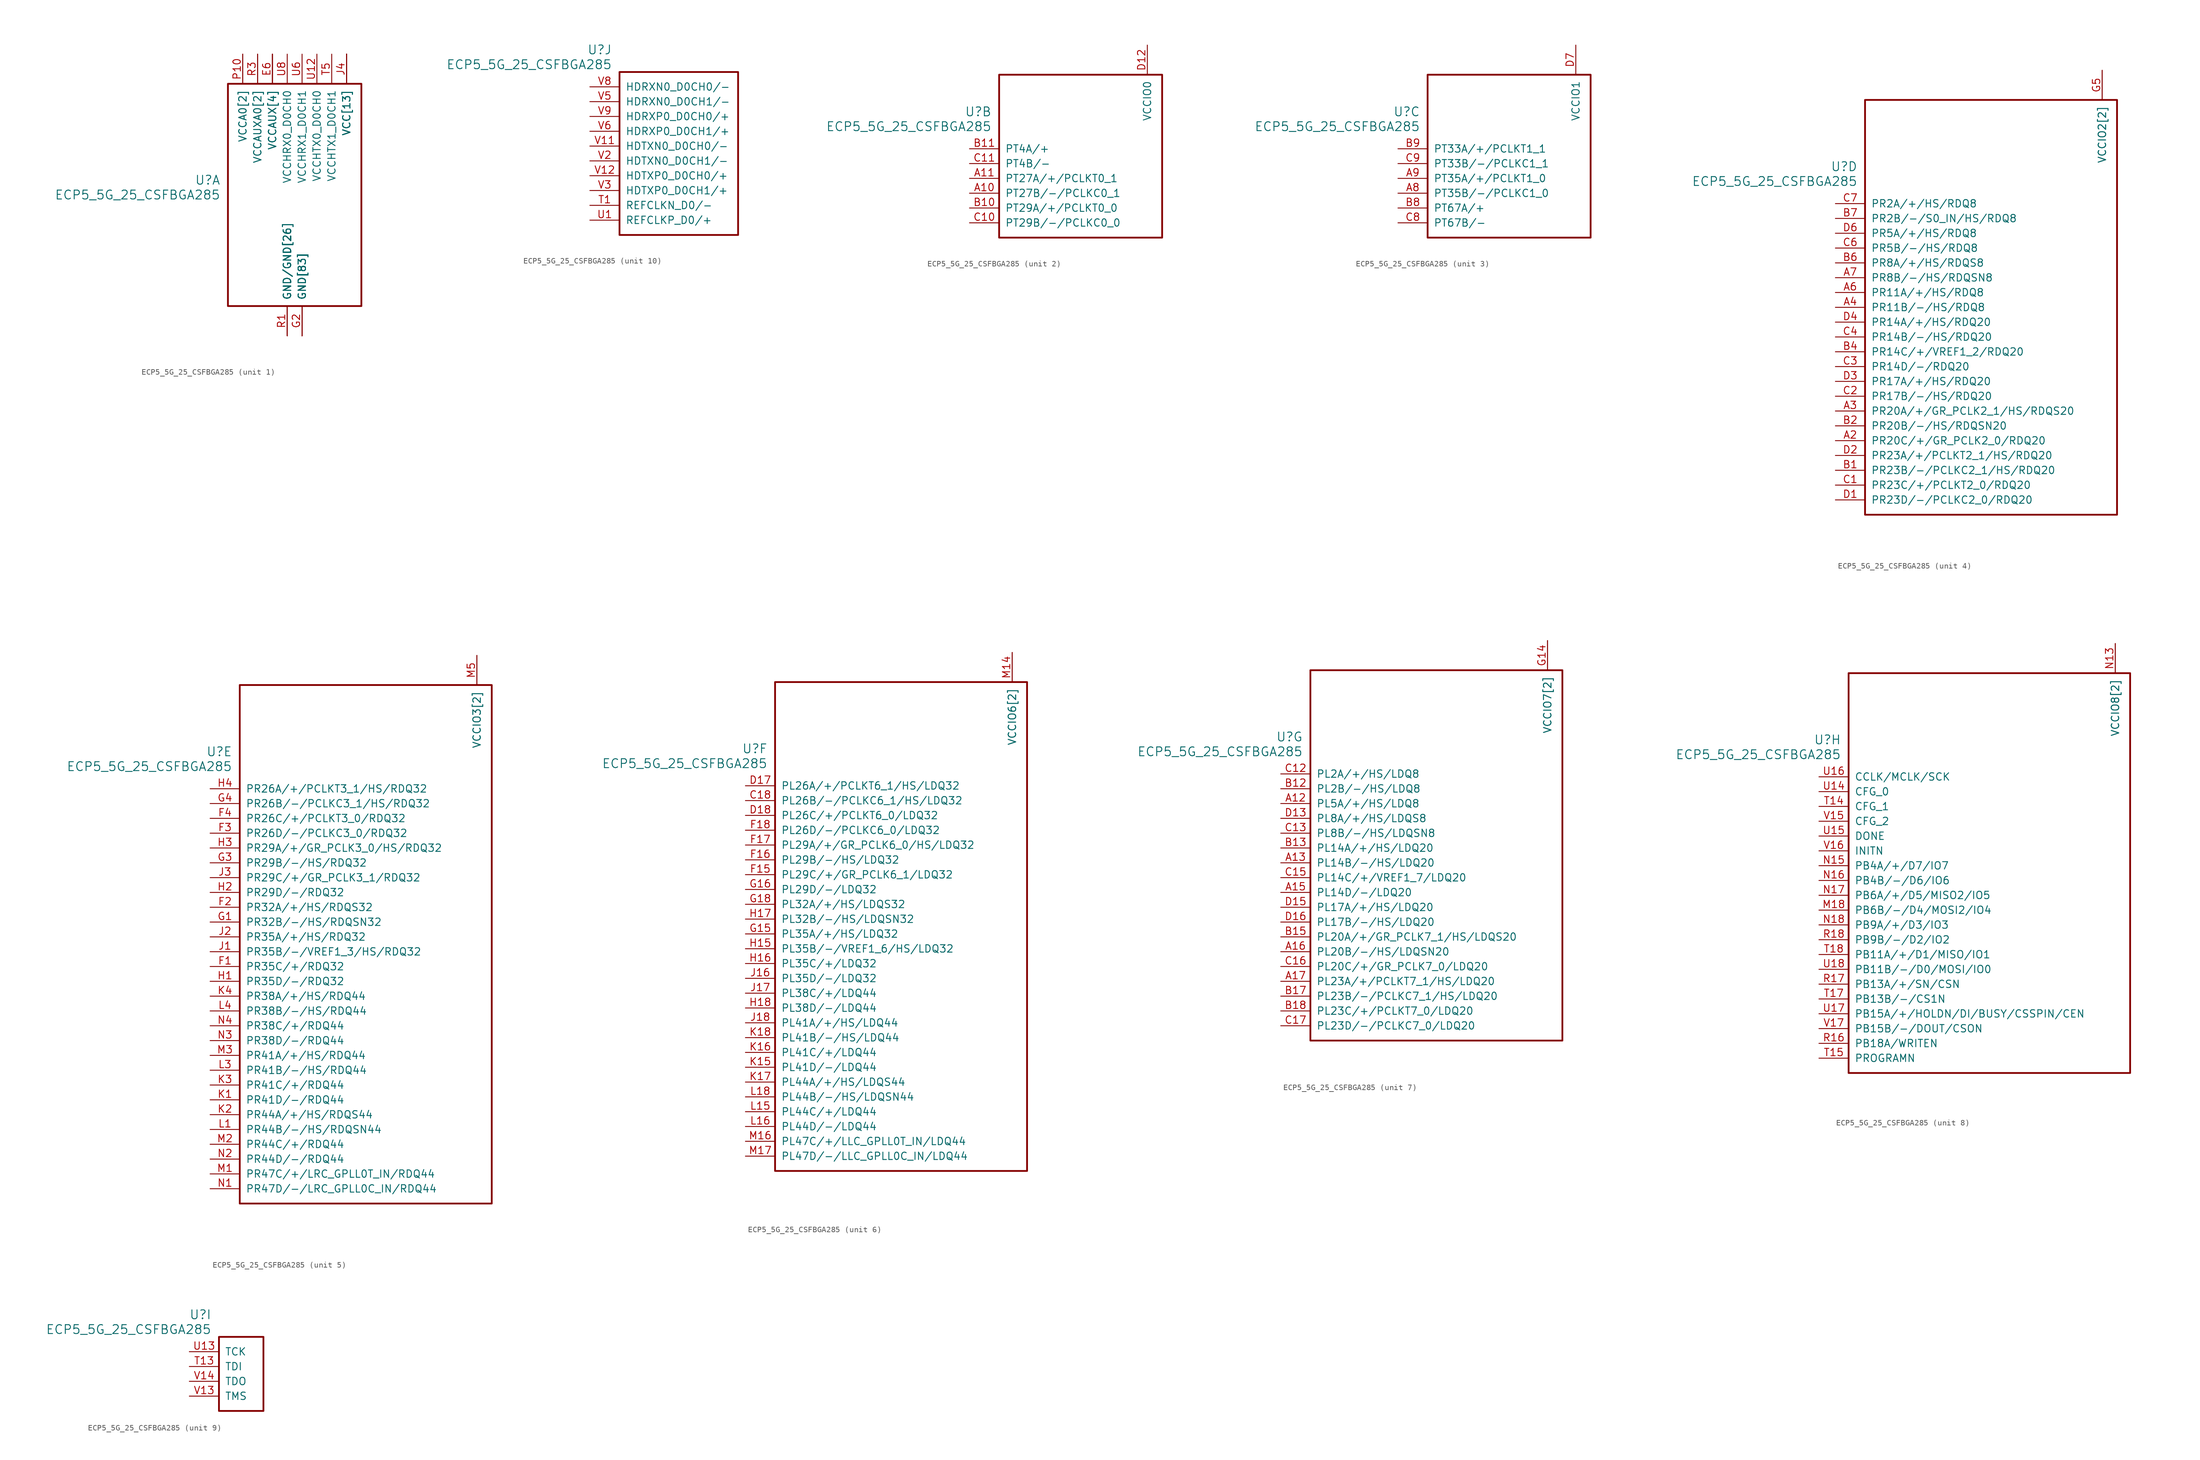
<source format=kicad_sym>
(kicad_symbol_lib
  (version 20211014)
  (generator kicad_symbol_editor)
  (symbol "ECP5_5G_25_CSFBGA285"
    (pin_names
      (offset 1.016))
    (property "Reference" "U"
      (at 3.81 6.35 0)
      (effects (font (size 1.524 1.524)) (justify right)))
    (property "Value" "ECP5_5G_25_CSFBGA285"
      (at 3.81 3.81 0)
      (effects (font (size 1.524 1.524)) (justify right)))
    (property "ki_locked" ""
      (at 0 0 0)
      (effects (font (size 1.27 1.27))))
    (symbol "ECP5_5G_25_CSFBGA285_1_1"
      (rectangle (start 5.08 22.86) (end 27.94 -15.24) (stroke (width 0.305) (type default) (color 0 0 0 0)) (fill (type none)))
      (pin power_in line (at 17.78 -20.32 90) (length 5.08) (name "GND[83]" (effects (font (size 1.27 1.27)))) (number "B16" (effects (font (size 0 0)))))
      (pin power_in line (at 17.78 -20.32 90) (length 5.08) (name "GND[83]" (effects (font (size 1.27 1.27)))) (number "B3" (effects (font (size 0 0)))))
      (pin power_in line (at 25.4 27.94 270) (length 5.08) (name "VCC[13]" (effects (font (size 1.27 1.27)))) (number "D10" (effects (font (size 0 0)))))
      (pin power_in line (at 25.4 27.94 270) (length 5.08) (name "VCC[13]" (effects (font (size 1.27 1.27)))) (number "D11" (effects (font (size 0 0)))))
      (pin power_in line (at 25.4 27.94 270) (length 5.08) (name "VCC[13]" (effects (font (size 1.27 1.27)))) (number "D8" (effects (font (size 0 0)))))
      (pin power_in line (at 25.4 27.94 270) (length 5.08) (name "VCC[13]" (effects (font (size 1.27 1.27)))) (number "D9" (effects (font (size 0 0)))))
      (pin power_in line (at 17.78 -20.32 90) (length 5.08) (name "GND[83]" (effects (font (size 1.27 1.27)))) (number "E10" (effects (font (size 0 0)))))
      (pin power_in line (at 17.78 -20.32 90) (length 5.08) (name "GND[83]" (effects (font (size 1.27 1.27)))) (number "E11" (effects (font (size 0 0)))))
      (pin power_in line (at 17.78 -20.32 90) (length 5.08) (name "GND[83]" (effects (font (size 1.27 1.27)))) (number "E12" (effects (font (size 0 0)))))
      (pin power_in line (at 12.7 27.94 270) (length 5.08) (name "VCCAUX[4]" (effects (font (size 1.27 1.27)))) (number "E13" (effects (font (size 0 0)))))
      (pin power_in line (at 17.78 -20.32 90) (length 5.08) (name "GND[83]" (effects (font (size 1.27 1.27)))) (number "E14" (effects (font (size 0 0)))))
      (pin power_in line (at 17.78 -20.32 90) (length 5.08) (name "GND[83]" (effects (font (size 1.27 1.27)))) (number "E5" (effects (font (size 0 0)))))
      (pin power_in line (at 12.7 27.94 270) (length 5.08) (name "VCCAUX[4]" (effects (font (size 1.27 1.27)))) (number "E6" (effects (font (size 1.27 1.27)))))
      (pin power_in line (at 17.78 -20.32 90) (length 5.08) (name "GND[83]" (effects (font (size 1.27 1.27)))) (number "E7" (effects (font (size 0 0)))))
      (pin power_in line (at 17.78 -20.32 90) (length 5.08) (name "GND[83]" (effects (font (size 1.27 1.27)))) (number "E8" (effects (font (size 0 0)))))
      (pin power_in line (at 17.78 -20.32 90) (length 5.08) (name "GND[83]" (effects (font (size 1.27 1.27)))) (number "E9" (effects (font (size 0 0)))))
      (pin power_in line (at 17.78 -20.32 90) (length 5.08) (name "GND[83]" (effects (font (size 1.27 1.27)))) (number "F10" (effects (font (size 0 0)))))
      (pin power_in line (at 17.78 -20.32 90) (length 5.08) (name "GND[83]" (effects (font (size 1.27 1.27)))) (number "F11" (effects (font (size 0 0)))))
      (pin power_in line (at 17.78 -20.32 90) (length 5.08) (name "GND[83]" (effects (font (size 1.27 1.27)))) (number "F12" (effects (font (size 0 0)))))
      (pin power_in line (at 17.78 -20.32 90) (length 5.08) (name "GND[83]" (effects (font (size 1.27 1.27)))) (number "F13" (effects (font (size 0 0)))))
      (pin power_in line (at 17.78 -20.32 90) (length 5.08) (name "GND[83]" (effects (font (size 1.27 1.27)))) (number "F14" (effects (font (size 0 0)))))
      (pin power_in line (at 17.78 -20.32 90) (length 5.08) (name "GND[83]" (effects (font (size 1.27 1.27)))) (number "F5" (effects (font (size 0 0)))))
      (pin power_in line (at 17.78 -20.32 90) (length 5.08) (name "GND[83]" (effects (font (size 1.27 1.27)))) (number "F6" (effects (font (size 0 0)))))
      (pin power_in line (at 17.78 -20.32 90) (length 5.08) (name "GND[83]" (effects (font (size 1.27 1.27)))) (number "F7" (effects (font (size 0 0)))))
      (pin power_in line (at 17.78 -20.32 90) (length 5.08) (name "GND[83]" (effects (font (size 1.27 1.27)))) (number "F8" (effects (font (size 0 0)))))
      (pin power_in line (at 17.78 -20.32 90) (length 5.08) (name "GND[83]" (effects (font (size 1.27 1.27)))) (number "F9" (effects (font (size 0 0)))))
      (pin power_in line (at 17.78 -20.32 90) (length 5.08) (name "GND[83]" (effects (font (size 1.27 1.27)))) (number "G10" (effects (font (size 0 0)))))
      (pin power_in line (at 17.78 -20.32 90) (length 5.08) (name "GND[83]" (effects (font (size 1.27 1.27)))) (number "G11" (effects (font (size 0 0)))))
      (pin power_in line (at 17.78 -20.32 90) (length 5.08) (name "GND[83]" (effects (font (size 1.27 1.27)))) (number "G12" (effects (font (size 0 0)))))
      (pin power_in line (at 17.78 -20.32 90) (length 5.08) (name "GND[83]" (effects (font (size 1.27 1.27)))) (number "G13" (effects (font (size 0 0)))))
      (pin power_in line (at 17.78 -20.32 90) (length 5.08) (name "GND[83]" (effects (font (size 1.27 1.27)))) (number "G17" (effects (font (size 0 0)))))
      (pin power_in line (at 17.78 -20.32 90) (length 5.08) (name "GND[83]" (effects (font (size 1.27 1.27)))) (number "G2" (effects (font (size 1.27 1.27)))))
      (pin power_in line (at 17.78 -20.32 90) (length 5.08) (name "GND[83]" (effects (font (size 1.27 1.27)))) (number "G6" (effects (font (size 0 0)))))
      (pin power_in line (at 17.78 -20.32 90) (length 5.08) (name "GND[83]" (effects (font (size 1.27 1.27)))) (number "G7" (effects (font (size 0 0)))))
      (pin power_in line (at 17.78 -20.32 90) (length 5.08) (name "GND[83]" (effects (font (size 1.27 1.27)))) (number "G8" (effects (font (size 0 0)))))
      (pin power_in line (at 17.78 -20.32 90) (length 5.08) (name "GND[83]" (effects (font (size 1.27 1.27)))) (number "G9" (effects (font (size 0 0)))))
      (pin power_in line (at 17.78 -20.32 90) (length 5.08) (name "GND[83]" (effects (font (size 1.27 1.27)))) (number "H10" (effects (font (size 0 0)))))
      (pin power_in line (at 17.78 -20.32 90) (length 5.08) (name "GND[83]" (effects (font (size 1.27 1.27)))) (number "H11" (effects (font (size 0 0)))))
      (pin power_in line (at 17.78 -20.32 90) (length 5.08) (name "GND[83]" (effects (font (size 1.27 1.27)))) (number "H12" (effects (font (size 0 0)))))
      (pin power_in line (at 17.78 -20.32 90) (length 5.08) (name "GND[83]" (effects (font (size 1.27 1.27)))) (number "H13" (effects (font (size 0 0)))))
      (pin power_in line (at 17.78 -20.32 90) (length 5.08) (name "GND[83]" (effects (font (size 1.27 1.27)))) (number "H6" (effects (font (size 0 0)))))
      (pin power_in line (at 17.78 -20.32 90) (length 5.08) (name "GND[83]" (effects (font (size 1.27 1.27)))) (number "H7" (effects (font (size 0 0)))))
      (pin power_in line (at 17.78 -20.32 90) (length 5.08) (name "GND[83]" (effects (font (size 1.27 1.27)))) (number "H8" (effects (font (size 0 0)))))
      (pin power_in line (at 17.78 -20.32 90) (length 5.08) (name "GND[83]" (effects (font (size 1.27 1.27)))) (number "H9" (effects (font (size 0 0)))))
      (pin power_in line (at 17.78 -20.32 90) (length 5.08) (name "GND[83]" (effects (font (size 1.27 1.27)))) (number "J10" (effects (font (size 0 0)))))
      (pin power_in line (at 17.78 -20.32 90) (length 5.08) (name "GND[83]" (effects (font (size 1.27 1.27)))) (number "J11" (effects (font (size 0 0)))))
      (pin power_in line (at 17.78 -20.32 90) (length 5.08) (name "GND[83]" (effects (font (size 1.27 1.27)))) (number "J12" (effects (font (size 0 0)))))
      (pin power_in line (at 17.78 -20.32 90) (length 5.08) (name "GND[83]" (effects (font (size 1.27 1.27)))) (number "J13" (effects (font (size 0 0)))))
      (pin power_in line (at 25.4 27.94 270) (length 5.08) (name "VCC[13]" (effects (font (size 1.27 1.27)))) (number "J14" (effects (font (size 0 0)))))
      (pin power_in line (at 25.4 27.94 270) (length 5.08) (name "VCC[13]" (effects (font (size 1.27 1.27)))) (number "J15" (effects (font (size 0 0)))))
      (pin power_in line (at 25.4 27.94 270) (length 5.08) (name "VCC[13]" (effects (font (size 1.27 1.27)))) (number "J4" (effects (font (size 1.27 1.27)))))
      (pin power_in line (at 25.4 27.94 270) (length 5.08) (name "VCC[13]" (effects (font (size 1.27 1.27)))) (number "J5" (effects (font (size 0 0)))))
      (pin power_in line (at 17.78 -20.32 90) (length 5.08) (name "GND[83]" (effects (font (size 1.27 1.27)))) (number "J6" (effects (font (size 0 0)))))
      (pin power_in line (at 17.78 -20.32 90) (length 5.08) (name "GND[83]" (effects (font (size 1.27 1.27)))) (number "J7" (effects (font (size 0 0)))))
      (pin power_in line (at 17.78 -20.32 90) (length 5.08) (name "GND[83]" (effects (font (size 1.27 1.27)))) (number "J8" (effects (font (size 0 0)))))
      (pin power_in line (at 17.78 -20.32 90) (length 5.08) (name "GND[83]" (effects (font (size 1.27 1.27)))) (number "J9" (effects (font (size 0 0)))))
      (pin power_in line (at 17.78 -20.32 90) (length 5.08) (name "GND[83]" (effects (font (size 1.27 1.27)))) (number "K10" (effects (font (size 0 0)))))
      (pin power_in line (at 17.78 -20.32 90) (length 5.08) (name "GND[83]" (effects (font (size 1.27 1.27)))) (number "K11" (effects (font (size 0 0)))))
      (pin power_in line (at 17.78 -20.32 90) (length 5.08) (name "GND[83]" (effects (font (size 1.27 1.27)))) (number "K12" (effects (font (size 0 0)))))
      (pin power_in line (at 17.78 -20.32 90) (length 5.08) (name "GND[83]" (effects (font (size 1.27 1.27)))) (number "K13" (effects (font (size 0 0)))))
      (pin power_in line (at 17.78 -20.32 90) (length 5.08) (name "GND[83]" (effects (font (size 1.27 1.27)))) (number "K14" (effects (font (size 0 0)))))
      (pin power_in line (at 17.78 -20.32 90) (length 5.08) (name "GND[83]" (effects (font (size 1.27 1.27)))) (number "K5" (effects (font (size 0 0)))))
      (pin power_in line (at 17.78 -20.32 90) (length 5.08) (name "GND[83]" (effects (font (size 1.27 1.27)))) (number "K6" (effects (font (size 0 0)))))
      (pin power_in line (at 17.78 -20.32 90) (length 5.08) (name "GND[83]" (effects (font (size 1.27 1.27)))) (number "K7" (effects (font (size 0 0)))))
      (pin power_in line (at 17.78 -20.32 90) (length 5.08) (name "GND[83]" (effects (font (size 1.27 1.27)))) (number "K8" (effects (font (size 0 0)))))
      (pin power_in line (at 17.78 -20.32 90) (length 5.08) (name "GND[83]" (effects (font (size 1.27 1.27)))) (number "K9" (effects (font (size 0 0)))))
      (pin power_in line (at 17.78 -20.32 90) (length 5.08) (name "GND[83]" (effects (font (size 1.27 1.27)))) (number "L10" (effects (font (size 0 0)))))
      (pin power_in line (at 17.78 -20.32 90) (length 5.08) (name "GND[83]" (effects (font (size 1.27 1.27)))) (number "L11" (effects (font (size 0 0)))))
      (pin power_in line (at 17.78 -20.32 90) (length 5.08) (name "GND[83]" (effects (font (size 1.27 1.27)))) (number "L12" (effects (font (size 0 0)))))
      (pin power_in line (at 17.78 -20.32 90) (length 5.08) (name "GND[83]" (effects (font (size 1.27 1.27)))) (number "L13" (effects (font (size 0 0)))))
      (pin power_in line (at 17.78 -20.32 90) (length 5.08) (name "GND[83]" (effects (font (size 1.27 1.27)))) (number "L14" (effects (font (size 0 0)))))
      (pin power_in line (at 17.78 -20.32 90) (length 5.08) (name "GND[83]" (effects (font (size 1.27 1.27)))) (number "L17" (effects (font (size 0 0)))))
      (pin power_in line (at 17.78 -20.32 90) (length 5.08) (name "GND[83]" (effects (font (size 1.27 1.27)))) (number "L2" (effects (font (size 0 0)))))
      (pin power_in line (at 17.78 -20.32 90) (length 5.08) (name "GND[83]" (effects (font (size 1.27 1.27)))) (number "L5" (effects (font (size 0 0)))))
      (pin power_in line (at 17.78 -20.32 90) (length 5.08) (name "GND[83]" (effects (font (size 1.27 1.27)))) (number "L6" (effects (font (size 0 0)))))
      (pin power_in line (at 17.78 -20.32 90) (length 5.08) (name "GND[83]" (effects (font (size 1.27 1.27)))) (number "L7" (effects (font (size 0 0)))))
      (pin power_in line (at 17.78 -20.32 90) (length 5.08) (name "GND[83]" (effects (font (size 1.27 1.27)))) (number "L8" (effects (font (size 0 0)))))
      (pin power_in line (at 17.78 -20.32 90) (length 5.08) (name "GND[83]" (effects (font (size 1.27 1.27)))) (number "L9" (effects (font (size 0 0)))))
      (pin power_in line (at 17.78 -20.32 90) (length 5.08) (name "GND[83]" (effects (font (size 1.27 1.27)))) (number "M10" (effects (font (size 0 0)))))
      (pin power_in line (at 17.78 -20.32 90) (length 5.08) (name "GND[83]" (effects (font (size 1.27 1.27)))) (number "M11" (effects (font (size 0 0)))))
      (pin power_in line (at 17.78 -20.32 90) (length 5.08) (name "GND[83]" (effects (font (size 1.27 1.27)))) (number "M12" (effects (font (size 0 0)))))
      (pin power_in line (at 17.78 -20.32 90) (length 5.08) (name "GND[83]" (effects (font (size 1.27 1.27)))) (number "M13" (effects (font (size 0 0)))))
      (pin power_in line (at 25.4 27.94 270) (length 5.08) (name "VCC[13]" (effects (font (size 1.27 1.27)))) (number "M15" (effects (font (size 0 0)))))
      (pin power_in line (at 25.4 27.94 270) (length 5.08) (name "VCC[13]" (effects (font (size 1.27 1.27)))) (number "M4" (effects (font (size 0 0)))))
      (pin power_in line (at 17.78 -20.32 90) (length 5.08) (name "GND[83]" (effects (font (size 1.27 1.27)))) (number "M6" (effects (font (size 0 0)))))
      (pin power_in line (at 17.78 -20.32 90) (length 5.08) (name "GND[83]" (effects (font (size 1.27 1.27)))) (number "M7" (effects (font (size 0 0)))))
      (pin power_in line (at 17.78 -20.32 90) (length 5.08) (name "GND[83]" (effects (font (size 1.27 1.27)))) (number "M8" (effects (font (size 0 0)))))
      (pin power_in line (at 17.78 -20.32 90) (length 5.08) (name "GND[83]" (effects (font (size 1.27 1.27)))) (number "M9" (effects (font (size 0 0)))))
      (pin power_in line (at 17.78 -20.32 90) (length 5.08) (name "GND[83]" (effects (font (size 1.27 1.27)))) (number "N10" (effects (font (size 0 0)))))
      (pin power_in line (at 17.78 -20.32 90) (length 5.08) (name "GND[83]" (effects (font (size 1.27 1.27)))) (number "N11" (effects (font (size 0 0)))))
      (pin power_in line (at 17.78 -20.32 90) (length 5.08) (name "GND[83]" (effects (font (size 1.27 1.27)))) (number "N12" (effects (font (size 0 0)))))
      (pin power_in line (at 12.7 27.94 270) (length 5.08) (name "VCCAUX[4]" (effects (font (size 1.27 1.27)))) (number "N6" (effects (font (size 0 0)))))
      (pin power_in line (at 17.78 -20.32 90) (length 5.08) (name "GND[83]" (effects (font (size 1.27 1.27)))) (number "N7" (effects (font (size 0 0)))))
      (pin power_in line (at 17.78 -20.32 90) (length 5.08) (name "GND[83]" (effects (font (size 1.27 1.27)))) (number "N8" (effects (font (size 0 0)))))
      (pin power_in line (at 17.78 -20.32 90) (length 5.08) (name "GND[83]" (effects (font (size 1.27 1.27)))) (number "N9" (effects (font (size 0 0)))))
      (pin power_in line (at 7.62 27.94 270) (length 5.08) (name "VCCA0[2]" (effects (font (size 1.27 1.27)))) (number "P10" (effects (font (size 1.27 1.27)))))
      (pin power_in line (at 25.4 27.94 270) (length 5.08) (name "VCC[13]" (effects (font (size 1.27 1.27)))) (number "P11" (effects (font (size 0 0)))))
      (pin power_in line (at 15.24 -20.32 90) (length 5.08) (name "GND/GND[26]" (effects (font (size 1.27 1.27)))) (number "P12" (effects (font (size 0 0)))))
      (pin power_in line (at 12.7 27.94 270) (length 5.08) (name "VCCAUX[4]" (effects (font (size 1.27 1.27)))) (number "P13" (effects (font (size 0 0)))))
      (pin power_in line (at 10.16 27.94 270) (length 5.08) (name "VCCAUXA0[2]" (effects (font (size 1.27 1.27)))) (number "P5" (effects (font (size 0 0)))))
      (pin power_in line (at 15.24 -20.32 90) (length 5.08) (name "GND/GND[26]" (effects (font (size 1.27 1.27)))) (number "P6" (effects (font (size 0 0)))))
      (pin power_in line (at 25.4 27.94 270) (length 5.08) (name "VCC[13]" (effects (font (size 1.27 1.27)))) (number "P7" (effects (font (size 0 0)))))
      (pin power_in line (at 15.24 -20.32 90) (length 5.08) (name "GND/GND[26]" (effects (font (size 1.27 1.27)))) (number "P8" (effects (font (size 0 0)))))
      (pin power_in line (at 25.4 27.94 270) (length 5.08) (name "VCC[13]" (effects (font (size 1.27 1.27)))) (number "P9" (effects (font (size 0 0)))))
      (pin power_in line (at 15.24 -20.32 90) (length 5.08) (name "GND/GND[26]" (effects (font (size 1.27 1.27)))) (number "R1" (effects (font (size 1.27 1.27)))))
      (pin power_in line (at 7.62 27.94 270) (length 5.08) (name "VCCA0[2]" (effects (font (size 1.27 1.27)))) (number "R10" (effects (font (size 0 0)))))
      (pin power_in line (at 15.24 -20.32 90) (length 5.08) (name "GND/GND[26]" (effects (font (size 1.27 1.27)))) (number "R2" (effects (font (size 0 0)))))
      (pin power_in line (at 10.16 27.94 270) (length 5.08) (name "VCCAUXA0[2]" (effects (font (size 1.27 1.27)))) (number "R3" (effects (font (size 1.27 1.27)))))
      (pin power_in line (at 15.24 -20.32 90) (length 5.08) (name "GND/GND[26]" (effects (font (size 1.27 1.27)))) (number "T10" (effects (font (size 0 0)))))
      (pin power_in line (at 15.24 -20.32 90) (length 5.08) (name "GND/GND[26]" (effects (font (size 1.27 1.27)))) (number "T11" (effects (font (size 0 0)))))
      (pin power_in line (at 15.24 -20.32 90) (length 5.08) (name "GND/GND[26]" (effects (font (size 1.27 1.27)))) (number "T12" (effects (font (size 0 0)))))
      (pin power_in line (at 17.78 -20.32 90) (length 5.08) (name "GND[83]" (effects (font (size 1.27 1.27)))) (number "T16" (effects (font (size 0 0)))))
      (pin power_in line (at 15.24 -20.32 90) (length 5.08) (name "GND/GND[26]" (effects (font (size 1.27 1.27)))) (number "T2" (effects (font (size 0 0)))))
      (pin power_in line (at 15.24 -20.32 90) (length 5.08) (name "GND/GND[26]" (effects (font (size 1.27 1.27)))) (number "T3" (effects (font (size 0 0)))))
      (pin power_in line (at 15.24 -20.32 90) (length 5.08) (name "GND/GND[26]" (effects (font (size 1.27 1.27)))) (number "T4" (effects (font (size 0 0)))))
      (pin power_in line (at 22.86 27.94 270) (length 5.08) (name "VCCHTX1_D0CH1" (effects (font (size 1.27 1.27)))) (number "T5" (effects (font (size 1.27 1.27)))))
      (pin power_in line (at 15.24 -20.32 90) (length 5.08) (name "GND/GND[26]" (effects (font (size 1.27 1.27)))) (number "T6" (effects (font (size 0 0)))))
      (pin power_in line (at 15.24 -20.32 90) (length 5.08) (name "GND/GND[26]" (effects (font (size 1.27 1.27)))) (number "T7" (effects (font (size 0 0)))))
      (pin power_in line (at 15.24 -20.32 90) (length 5.08) (name "GND/GND[26]" (effects (font (size 1.27 1.27)))) (number "T8" (effects (font (size 0 0)))))
      (pin power_in line (at 15.24 -20.32 90) (length 5.08) (name "GND/GND[26]" (effects (font (size 1.27 1.27)))) (number "T9" (effects (font (size 0 0)))))
      (pin power_in line (at 15.24 -20.32 90) (length 5.08) (name "GND/GND[26]" (effects (font (size 1.27 1.27)))) (number "U10" (effects (font (size 0 0)))))
      (pin power_in line (at 15.24 -20.32 90) (length 5.08) (name "GND/GND[26]" (effects (font (size 1.27 1.27)))) (number "U11" (effects (font (size 0 0)))))
      (pin power_in line (at 20.32 27.94 270) (length 5.08) (name "VCCHTX0_D0CH0" (effects (font (size 1.27 1.27)))) (number "U12" (effects (font (size 1.27 1.27)))))
      (pin power_in line (at 15.24 -20.32 90) (length 5.08) (name "GND/GND[26]" (effects (font (size 1.27 1.27)))) (number "U2" (effects (font (size 0 0)))))
      (pin power_in line (at 15.24 -20.32 90) (length 5.08) (name "GND/GND[26]" (effects (font (size 1.27 1.27)))) (number "U3" (effects (font (size 0 0)))))
      (pin power_in line (at 15.24 -20.32 90) (length 5.08) (name "GND/GND[26]" (effects (font (size 1.27 1.27)))) (number "U4" (effects (font (size 0 0)))))
      (pin power_in line (at 15.24 -20.32 90) (length 5.08) (name "GND/GND[26]" (effects (font (size 1.27 1.27)))) (number "U5" (effects (font (size 0 0)))))
      (pin power_in line (at 17.78 27.94 270) (length 5.08) (name "VCCHRX1_D0CH1" (effects (font (size 1.27 1.27)))) (number "U6" (effects (font (size 1.27 1.27)))))
      (pin power_in line (at 15.24 -20.32 90) (length 5.08) (name "GND/GND[26]" (effects (font (size 1.27 1.27)))) (number "U7" (effects (font (size 0 0)))))
      (pin power_in line (at 15.24 27.94 270) (length 5.08) (name "VCCHRX0_D0CH0" (effects (font (size 1.27 1.27)))) (number "U8" (effects (font (size 1.27 1.27)))))
      (pin power_in line (at 15.24 -20.32 90) (length 5.08) (name "GND/GND[26]" (effects (font (size 1.27 1.27)))) (number "U9" (effects (font (size 0 0)))))
      (pin power_in line (at 15.24 -20.32 90) (length 5.08) (name "GND/GND[26]" (effects (font (size 1.27 1.27)))) (number "V10" (effects (font (size 0 0)))))
      (pin power_in line (at 15.24 -20.32 90) (length 5.08) (name "GND/GND[26]" (effects (font (size 1.27 1.27)))) (number "V4" (effects (font (size 0 0)))))
      (pin power_in line (at 15.24 -20.32 90) (length 5.08) (name "GND/GND[26]" (effects (font (size 1.27 1.27)))) (number "V7" (effects (font (size 0 0))))))
    (symbol "ECP5_5G_25_CSFBGA285_2_1"
      (rectangle (start 5.08 12.7) (end 33.02 -15.24) (stroke (width 0.305) (type default) (color 0 0 0 0)) (fill (type none)))
      (pin bidirectional line (at 0 -7.62 0) (length 5.08) (name "PT27B/-/PCLKC0_1" (effects (font (size 1.27 1.27)))) (number "A10" (effects (font (size 1.27 1.27)))))
      (pin bidirectional line (at 0 -5.08 0) (length 5.08) (name "PT27A/+/PCLKT0_1" (effects (font (size 1.27 1.27)))) (number "A11" (effects (font (size 1.27 1.27)))))
      (pin bidirectional line (at 0 -10.16 0) (length 5.08) (name "PT29A/+/PCLKT0_0" (effects (font (size 1.27 1.27)))) (number "B10" (effects (font (size 1.27 1.27)))))
      (pin bidirectional line (at 0 0 0) (length 5.08) (name "PT4A/+" (effects (font (size 1.27 1.27)))) (number "B11" (effects (font (size 1.27 1.27)))))
      (pin bidirectional line (at 0 -12.7 0) (length 5.08) (name "PT29B/-/PCLKC0_0" (effects (font (size 1.27 1.27)))) (number "C10" (effects (font (size 1.27 1.27)))))
      (pin bidirectional line (at 0 -2.54 0) (length 5.08) (name "PT4B/-" (effects (font (size 1.27 1.27)))) (number "C11" (effects (font (size 1.27 1.27)))))
      (pin power_in line (at 30.48 17.78 270) (length 5.08) (name "VCCIO0" (effects (font (size 1.27 1.27)))) (number "D12" (effects (font (size 1.27 1.27))))))
    (symbol "ECP5_5G_25_CSFBGA285_3_1"
      (rectangle (start 5.08 12.7) (end 33.02 -15.24) (stroke (width 0.305) (type default) (color 0 0 0 0)) (fill (type none)))
      (pin bidirectional line (at 0 -7.62 0) (length 5.08) (name "PT35B/-/PCLKC1_0" (effects (font (size 1.27 1.27)))) (number "A8" (effects (font (size 1.27 1.27)))))
      (pin bidirectional line (at 0 -5.08 0) (length 5.08) (name "PT35A/+/PCLKT1_0" (effects (font (size 1.27 1.27)))) (number "A9" (effects (font (size 1.27 1.27)))))
      (pin bidirectional line (at 0 -10.16 0) (length 5.08) (name "PT67A/+" (effects (font (size 1.27 1.27)))) (number "B8" (effects (font (size 1.27 1.27)))))
      (pin bidirectional line (at 0 0 0) (length 5.08) (name "PT33A/+/PCLKT1_1" (effects (font (size 1.27 1.27)))) (number "B9" (effects (font (size 1.27 1.27)))))
      (pin bidirectional line (at 0 -12.7 0) (length 5.08) (name "PT67B/-" (effects (font (size 1.27 1.27)))) (number "C8" (effects (font (size 1.27 1.27)))))
      (pin bidirectional line (at 0 -2.54 0) (length 5.08) (name "PT33B/-/PCLKC1_1" (effects (font (size 1.27 1.27)))) (number "C9" (effects (font (size 1.27 1.27)))))
      (pin power_in line (at 30.48 17.78 270) (length 5.08) (name "VCCIO1" (effects (font (size 1.27 1.27)))) (number "D7" (effects (font (size 1.27 1.27))))))
    (symbol "ECP5_5G_25_CSFBGA285_4_1"
      (rectangle (start 5.08 17.78) (end 48.26 -53.34) (stroke (width 0.305) (type default) (color 0 0 0 0)) (fill (type none)))
      (pin bidirectional line (at 0 -40.64 0) (length 5.08) (name "PR20C/+/GR_PCLK2_0/RDQ20" (effects (font (size 1.27 1.27)))) (number "A2" (effects (font (size 1.27 1.27)))))
      (pin bidirectional line (at 0 -35.56 0) (length 5.08) (name "PR20A/+/GR_PCLK2_1/HS/RDQS20" (effects (font (size 1.27 1.27)))) (number "A3" (effects (font (size 1.27 1.27)))))
      (pin bidirectional line (at 0 -17.78 0) (length 5.08) (name "PR11B/-/HS/RDQ8" (effects (font (size 1.27 1.27)))) (number "A4" (effects (font (size 1.27 1.27)))))
      (pin bidirectional line (at 0 -15.24 0) (length 5.08) (name "PR11A/+/HS/RDQ8" (effects (font (size 1.27 1.27)))) (number "A6" (effects (font (size 1.27 1.27)))))
      (pin bidirectional line (at 0 -12.7 0) (length 5.08) (name "PR8B/-/HS/RDQSN8" (effects (font (size 1.27 1.27)))) (number "A7" (effects (font (size 1.27 1.27)))))
      (pin bidirectional line (at 0 -45.72 0) (length 5.08) (name "PR23B/-/PCLKC2_1/HS/RDQ20" (effects (font (size 1.27 1.27)))) (number "B1" (effects (font (size 1.27 1.27)))))
      (pin bidirectional line (at 0 -38.1 0) (length 5.08) (name "PR20B/-/HS/RDQSN20" (effects (font (size 1.27 1.27)))) (number "B2" (effects (font (size 1.27 1.27)))))
      (pin bidirectional line (at 0 -25.4 0) (length 5.08) (name "PR14C/+/VREF1_2/RDQ20" (effects (font (size 1.27 1.27)))) (number "B4" (effects (font (size 1.27 1.27)))))
      (pin bidirectional line (at 0 -10.16 0) (length 5.08) (name "PR8A/+/HS/RDQS8" (effects (font (size 1.27 1.27)))) (number "B6" (effects (font (size 1.27 1.27)))))
      (pin bidirectional line (at 0 -2.54 0) (length 5.08) (name "PR2B/-/S0_IN/HS/RDQ8" (effects (font (size 1.27 1.27)))) (number "B7" (effects (font (size 1.27 1.27)))))
      (pin bidirectional line (at 0 -48.26 0) (length 5.08) (name "PR23C/+/PCLKT2_0/RDQ20" (effects (font (size 1.27 1.27)))) (number "C1" (effects (font (size 1.27 1.27)))))
      (pin bidirectional line (at 0 -33.02 0) (length 5.08) (name "PR17B/-/HS/RDQ20" (effects (font (size 1.27 1.27)))) (number "C2" (effects (font (size 1.27 1.27)))))
      (pin bidirectional line (at 0 -27.94 0) (length 5.08) (name "PR14D/-/RDQ20" (effects (font (size 1.27 1.27)))) (number "C3" (effects (font (size 1.27 1.27)))))
      (pin bidirectional line (at 0 -22.86 0) (length 5.08) (name "PR14B/-/HS/RDQ20" (effects (font (size 1.27 1.27)))) (number "C4" (effects (font (size 1.27 1.27)))))
      (pin bidirectional line (at 0 -7.62 0) (length 5.08) (name "PR5B/-/HS/RDQ8" (effects (font (size 1.27 1.27)))) (number "C6" (effects (font (size 1.27 1.27)))))
      (pin bidirectional line (at 0 0 0) (length 5.08) (name "PR2A/+/HS/RDQ8" (effects (font (size 1.27 1.27)))) (number "C7" (effects (font (size 1.27 1.27)))))
      (pin bidirectional line (at 0 -50.8 0) (length 5.08) (name "PR23D/-/PCLKC2_0/RDQ20" (effects (font (size 1.27 1.27)))) (number "D1" (effects (font (size 1.27 1.27)))))
      (pin bidirectional line (at 0 -43.18 0) (length 5.08) (name "PR23A/+/PCLKT2_1/HS/RDQ20" (effects (font (size 1.27 1.27)))) (number "D2" (effects (font (size 1.27 1.27)))))
      (pin bidirectional line (at 0 -30.48 0) (length 5.08) (name "PR17A/+/HS/RDQ20" (effects (font (size 1.27 1.27)))) (number "D3" (effects (font (size 1.27 1.27)))))
      (pin bidirectional line (at 0 -20.32 0) (length 5.08) (name "PR14A/+/HS/RDQ20" (effects (font (size 1.27 1.27)))) (number "D4" (effects (font (size 1.27 1.27)))))
      (pin bidirectional line (at 0 -5.08 0) (length 5.08) (name "PR5A/+/HS/RDQ8" (effects (font (size 1.27 1.27)))) (number "D6" (effects (font (size 1.27 1.27)))))
      (pin power_in line (at 45.72 22.86 270) (length 5.08) (name "VCCIO2[2]" (effects (font (size 1.27 1.27)))) (number "G5" (effects (font (size 1.27 1.27)))))
      (pin power_in line (at 45.72 22.86 270) (length 5.08) (name "VCCIO2[2]" (effects (font (size 1.27 1.27)))) (number "H5" (effects (font (size 0 0))))))
    (symbol "ECP5_5G_25_CSFBGA285_5_1"
      (rectangle (start 5.08 17.78) (end 48.26 -71.12) (stroke (width 0.305) (type default) (color 0 0 0 0)) (fill (type none)))
      (pin bidirectional line (at 0 -30.48 0) (length 5.08) (name "PR35C/+/RDQ32" (effects (font (size 1.27 1.27)))) (number "F1" (effects (font (size 1.27 1.27)))))
      (pin bidirectional line (at 0 -20.32 0) (length 5.08) (name "PR32A/+/HS/RDQS32" (effects (font (size 1.27 1.27)))) (number "F2" (effects (font (size 1.27 1.27)))))
      (pin bidirectional line (at 0 -7.62 0) (length 5.08) (name "PR26D/-/PCLKC3_0/RDQ32" (effects (font (size 1.27 1.27)))) (number "F3" (effects (font (size 1.27 1.27)))))
      (pin bidirectional line (at 0 -5.08 0) (length 5.08) (name "PR26C/+/PCLKT3_0/RDQ32" (effects (font (size 1.27 1.27)))) (number "F4" (effects (font (size 1.27 1.27)))))
      (pin bidirectional line (at 0 -22.86 0) (length 5.08) (name "PR32B/-/HS/RDQSN32" (effects (font (size 1.27 1.27)))) (number "G1" (effects (font (size 1.27 1.27)))))
      (pin bidirectional line (at 0 -12.7 0) (length 5.08) (name "PR29B/-/HS/RDQ32" (effects (font (size 1.27 1.27)))) (number "G3" (effects (font (size 1.27 1.27)))))
      (pin bidirectional line (at 0 -2.54 0) (length 5.08) (name "PR26B/-/PCLKC3_1/HS/RDQ32" (effects (font (size 1.27 1.27)))) (number "G4" (effects (font (size 1.27 1.27)))))
      (pin bidirectional line (at 0 -33.02 0) (length 5.08) (name "PR35D/-/RDQ32" (effects (font (size 1.27 1.27)))) (number "H1" (effects (font (size 1.27 1.27)))))
      (pin bidirectional line (at 0 -17.78 0) (length 5.08) (name "PR29D/-/RDQ32" (effects (font (size 1.27 1.27)))) (number "H2" (effects (font (size 1.27 1.27)))))
      (pin bidirectional line (at 0 -10.16 0) (length 5.08) (name "PR29A/+/GR_PCLK3_0/HS/RDQ32" (effects (font (size 1.27 1.27)))) (number "H3" (effects (font (size 1.27 1.27)))))
      (pin bidirectional line (at 0 0 0) (length 5.08) (name "PR26A/+/PCLKT3_1/HS/RDQ32" (effects (font (size 1.27 1.27)))) (number "H4" (effects (font (size 1.27 1.27)))))
      (pin bidirectional line (at 0 -27.94 0) (length 5.08) (name "PR35B/-/VREF1_3/HS/RDQ32" (effects (font (size 1.27 1.27)))) (number "J1" (effects (font (size 1.27 1.27)))))
      (pin bidirectional line (at 0 -25.4 0) (length 5.08) (name "PR35A/+/HS/RDQ32" (effects (font (size 1.27 1.27)))) (number "J2" (effects (font (size 1.27 1.27)))))
      (pin bidirectional line (at 0 -15.24 0) (length 5.08) (name "PR29C/+/GR_PCLK3_1/RDQ32" (effects (font (size 1.27 1.27)))) (number "J3" (effects (font (size 1.27 1.27)))))
      (pin bidirectional line (at 0 -53.34 0) (length 5.08) (name "PR41D/-/RDQ44" (effects (font (size 1.27 1.27)))) (number "K1" (effects (font (size 1.27 1.27)))))
      (pin bidirectional line (at 0 -55.88 0) (length 5.08) (name "PR44A/+/HS/RDQS44" (effects (font (size 1.27 1.27)))) (number "K2" (effects (font (size 1.27 1.27)))))
      (pin bidirectional line (at 0 -50.8 0) (length 5.08) (name "PR41C/+/RDQ44" (effects (font (size 1.27 1.27)))) (number "K3" (effects (font (size 1.27 1.27)))))
      (pin bidirectional line (at 0 -35.56 0) (length 5.08) (name "PR38A/+/HS/RDQ44" (effects (font (size 1.27 1.27)))) (number "K4" (effects (font (size 1.27 1.27)))))
      (pin bidirectional line (at 0 -58.42 0) (length 5.08) (name "PR44B/-/HS/RDQSN44" (effects (font (size 1.27 1.27)))) (number "L1" (effects (font (size 1.27 1.27)))))
      (pin bidirectional line (at 0 -48.26 0) (length 5.08) (name "PR41B/-/HS/RDQ44" (effects (font (size 1.27 1.27)))) (number "L3" (effects (font (size 1.27 1.27)))))
      (pin bidirectional line (at 0 -38.1 0) (length 5.08) (name "PR38B/-/HS/RDQ44" (effects (font (size 1.27 1.27)))) (number "L4" (effects (font (size 1.27 1.27)))))
      (pin bidirectional line (at 0 -66.04 0) (length 5.08) (name "PR47C/+/LRC_GPLL0T_IN/RDQ44" (effects (font (size 1.27 1.27)))) (number "M1" (effects (font (size 1.27 1.27)))))
      (pin bidirectional line (at 0 -60.96 0) (length 5.08) (name "PR44C/+/RDQ44" (effects (font (size 1.27 1.27)))) (number "M2" (effects (font (size 1.27 1.27)))))
      (pin bidirectional line (at 0 -45.72 0) (length 5.08) (name "PR41A/+/HS/RDQ44" (effects (font (size 1.27 1.27)))) (number "M3" (effects (font (size 1.27 1.27)))))
      (pin power_in line (at 45.72 22.86 270) (length 5.08) (name "VCCIO3[2]" (effects (font (size 1.27 1.27)))) (number "M5" (effects (font (size 1.27 1.27)))))
      (pin bidirectional line (at 0 -68.58 0) (length 5.08) (name "PR47D/-/LRC_GPLL0C_IN/RDQ44" (effects (font (size 1.27 1.27)))) (number "N1" (effects (font (size 1.27 1.27)))))
      (pin bidirectional line (at 0 -63.5 0) (length 5.08) (name "PR44D/-/RDQ44" (effects (font (size 1.27 1.27)))) (number "N2" (effects (font (size 1.27 1.27)))))
      (pin bidirectional line (at 0 -43.18 0) (length 5.08) (name "PR38D/-/RDQ44" (effects (font (size 1.27 1.27)))) (number "N3" (effects (font (size 1.27 1.27)))))
      (pin bidirectional line (at 0 -40.64 0) (length 5.08) (name "PR38C/+/RDQ44" (effects (font (size 1.27 1.27)))) (number "N4" (effects (font (size 1.27 1.27)))))
      (pin power_in line (at 45.72 22.86 270) (length 5.08) (name "VCCIO3[2]" (effects (font (size 1.27 1.27)))) (number "N5" (effects (font (size 0 0))))))
    (symbol "ECP5_5G_25_CSFBGA285_6_1"
      (rectangle (start 5.08 17.78) (end 48.26 -66.04) (stroke (width 0.305) (type default) (color 0 0 0 0)) (fill (type none)))
      (pin bidirectional line (at 0 -2.54 0) (length 5.08) (name "PL26B/-/PCLKC6_1/HS/LDQ32" (effects (font (size 1.27 1.27)))) (number "C18" (effects (font (size 1.27 1.27)))))
      (pin bidirectional line (at 0 0 0) (length 5.08) (name "PL26A/+/PCLKT6_1/HS/LDQ32" (effects (font (size 1.27 1.27)))) (number "D17" (effects (font (size 1.27 1.27)))))
      (pin bidirectional line (at 0 -5.08 0) (length 5.08) (name "PL26C/+/PCLKT6_0/LDQ32" (effects (font (size 1.27 1.27)))) (number "D18" (effects (font (size 1.27 1.27)))))
      (pin bidirectional line (at 0 -15.24 0) (length 5.08) (name "PL29C/+/GR_PCLK6_1/LDQ32" (effects (font (size 1.27 1.27)))) (number "F15" (effects (font (size 1.27 1.27)))))
      (pin bidirectional line (at 0 -12.7 0) (length 5.08) (name "PL29B/-/HS/LDQ32" (effects (font (size 1.27 1.27)))) (number "F16" (effects (font (size 1.27 1.27)))))
      (pin bidirectional line (at 0 -10.16 0) (length 5.08) (name "PL29A/+/GR_PCLK6_0/HS/LDQ32" (effects (font (size 1.27 1.27)))) (number "F17" (effects (font (size 1.27 1.27)))))
      (pin bidirectional line (at 0 -7.62 0) (length 5.08) (name "PL26D/-/PCLKC6_0/LDQ32" (effects (font (size 1.27 1.27)))) (number "F18" (effects (font (size 1.27 1.27)))))
      (pin bidirectional line (at 0 -25.4 0) (length 5.08) (name "PL35A/+/HS/LDQ32" (effects (font (size 1.27 1.27)))) (number "G15" (effects (font (size 1.27 1.27)))))
      (pin bidirectional line (at 0 -17.78 0) (length 5.08) (name "PL29D/-/LDQ32" (effects (font (size 1.27 1.27)))) (number "G16" (effects (font (size 1.27 1.27)))))
      (pin bidirectional line (at 0 -20.32 0) (length 5.08) (name "PL32A/+/HS/LDQS32" (effects (font (size 1.27 1.27)))) (number "G18" (effects (font (size 1.27 1.27)))))
      (pin bidirectional line (at 0 -27.94 0) (length 5.08) (name "PL35B/-/VREF1_6/HS/LDQ32" (effects (font (size 1.27 1.27)))) (number "H15" (effects (font (size 1.27 1.27)))))
      (pin bidirectional line (at 0 -30.48 0) (length 5.08) (name "PL35C/+/LDQ32" (effects (font (size 1.27 1.27)))) (number "H16" (effects (font (size 1.27 1.27)))))
      (pin bidirectional line (at 0 -22.86 0) (length 5.08) (name "PL32B/-/HS/LDQSN32" (effects (font (size 1.27 1.27)))) (number "H17" (effects (font (size 1.27 1.27)))))
      (pin bidirectional line (at 0 -38.1 0) (length 5.08) (name "PL38D/-/LDQ44" (effects (font (size 1.27 1.27)))) (number "H18" (effects (font (size 1.27 1.27)))))
      (pin bidirectional line (at 0 -33.02 0) (length 5.08) (name "PL35D/-/LDQ32" (effects (font (size 1.27 1.27)))) (number "J16" (effects (font (size 1.27 1.27)))))
      (pin bidirectional line (at 0 -35.56 0) (length 5.08) (name "PL38C/+/LDQ44" (effects (font (size 1.27 1.27)))) (number "J17" (effects (font (size 1.27 1.27)))))
      (pin bidirectional line (at 0 -40.64 0) (length 5.08) (name "PL41A/+/HS/LDQ44" (effects (font (size 1.27 1.27)))) (number "J18" (effects (font (size 1.27 1.27)))))
      (pin bidirectional line (at 0 -48.26 0) (length 5.08) (name "PL41D/-/LDQ44" (effects (font (size 1.27 1.27)))) (number "K15" (effects (font (size 1.27 1.27)))))
      (pin bidirectional line (at 0 -45.72 0) (length 5.08) (name "PL41C/+/LDQ44" (effects (font (size 1.27 1.27)))) (number "K16" (effects (font (size 1.27 1.27)))))
      (pin bidirectional line (at 0 -50.8 0) (length 5.08) (name "PL44A/+/HS/LDQS44" (effects (font (size 1.27 1.27)))) (number "K17" (effects (font (size 1.27 1.27)))))
      (pin bidirectional line (at 0 -43.18 0) (length 5.08) (name "PL41B/-/HS/LDQ44" (effects (font (size 1.27 1.27)))) (number "K18" (effects (font (size 1.27 1.27)))))
      (pin bidirectional line (at 0 -55.88 0) (length 5.08) (name "PL44C/+/LDQ44" (effects (font (size 1.27 1.27)))) (number "L15" (effects (font (size 1.27 1.27)))))
      (pin bidirectional line (at 0 -58.42 0) (length 5.08) (name "PL44D/-/LDQ44" (effects (font (size 1.27 1.27)))) (number "L16" (effects (font (size 1.27 1.27)))))
      (pin bidirectional line (at 0 -53.34 0) (length 5.08) (name "PL44B/-/HS/LDQSN44" (effects (font (size 1.27 1.27)))) (number "L18" (effects (font (size 1.27 1.27)))))
      (pin power_in line (at 45.72 22.86 270) (length 5.08) (name "VCCIO6[2]" (effects (font (size 1.27 1.27)))) (number "M14" (effects (font (size 1.27 1.27)))))
      (pin bidirectional line (at 0 -60.96 0) (length 5.08) (name "PL47C/+/LLC_GPLL0T_IN/LDQ44" (effects (font (size 1.27 1.27)))) (number "M16" (effects (font (size 1.27 1.27)))))
      (pin bidirectional line (at 0 -63.5 0) (length 5.08) (name "PL47D/-/LLC_GPLL0C_IN/LDQ44" (effects (font (size 1.27 1.27)))) (number "M17" (effects (font (size 1.27 1.27)))))
      (pin power_in line (at 45.72 22.86 270) (length 5.08) (name "VCCIO6[2]" (effects (font (size 1.27 1.27)))) (number "N14" (effects (font (size 0 0))))))
    (symbol "ECP5_5G_25_CSFBGA285_7_1"
      (rectangle (start 5.08 17.78) (end 48.26 -45.72) (stroke (width 0.305) (type default) (color 0 0 0 0)) (fill (type none)))
      (pin bidirectional line (at 0 -5.08 0) (length 5.08) (name "PL5A/+/HS/LDQ8" (effects (font (size 1.27 1.27)))) (number "A12" (effects (font (size 1.27 1.27)))))
      (pin bidirectional line (at 0 -15.24 0) (length 5.08) (name "PL14B/-/HS/LDQ20" (effects (font (size 1.27 1.27)))) (number "A13" (effects (font (size 1.27 1.27)))))
      (pin bidirectional line (at 0 -20.32 0) (length 5.08) (name "PL14D/-/LDQ20" (effects (font (size 1.27 1.27)))) (number "A15" (effects (font (size 1.27 1.27)))))
      (pin bidirectional line (at 0 -30.48 0) (length 5.08) (name "PL20B/-/HS/LDQSN20" (effects (font (size 1.27 1.27)))) (number "A16" (effects (font (size 1.27 1.27)))))
      (pin bidirectional line (at 0 -35.56 0) (length 5.08) (name "PL23A/+/PCLKT7_1/HS/LDQ20" (effects (font (size 1.27 1.27)))) (number "A17" (effects (font (size 1.27 1.27)))))
      (pin bidirectional line (at 0 -2.54 0) (length 5.08) (name "PL2B/-/HS/LDQ8" (effects (font (size 1.27 1.27)))) (number "B12" (effects (font (size 1.27 1.27)))))
      (pin bidirectional line (at 0 -12.7 0) (length 5.08) (name "PL14A/+/HS/LDQ20" (effects (font (size 1.27 1.27)))) (number "B13" (effects (font (size 1.27 1.27)))))
      (pin bidirectional line (at 0 -27.94 0) (length 5.08) (name "PL20A/+/GR_PCLK7_1/HS/LDQS20" (effects (font (size 1.27 1.27)))) (number "B15" (effects (font (size 1.27 1.27)))))
      (pin bidirectional line (at 0 -38.1 0) (length 5.08) (name "PL23B/-/PCLKC7_1/HS/LDQ20" (effects (font (size 1.27 1.27)))) (number "B17" (effects (font (size 1.27 1.27)))))
      (pin bidirectional line (at 0 -40.64 0) (length 5.08) (name "PL23C/+/PCLKT7_0/LDQ20" (effects (font (size 1.27 1.27)))) (number "B18" (effects (font (size 1.27 1.27)))))
      (pin bidirectional line (at 0 0 0) (length 5.08) (name "PL2A/+/HS/LDQ8" (effects (font (size 1.27 1.27)))) (number "C12" (effects (font (size 1.27 1.27)))))
      (pin bidirectional line (at 0 -10.16 0) (length 5.08) (name "PL8B/-/HS/LDQSN8" (effects (font (size 1.27 1.27)))) (number "C13" (effects (font (size 1.27 1.27)))))
      (pin bidirectional line (at 0 -17.78 0) (length 5.08) (name "PL14C/+/VREF1_7/LDQ20" (effects (font (size 1.27 1.27)))) (number "C15" (effects (font (size 1.27 1.27)))))
      (pin bidirectional line (at 0 -33.02 0) (length 5.08) (name "PL20C/+/GR_PCLK7_0/LDQ20" (effects (font (size 1.27 1.27)))) (number "C16" (effects (font (size 1.27 1.27)))))
      (pin bidirectional line (at 0 -43.18 0) (length 5.08) (name "PL23D/-/PCLKC7_0/LDQ20" (effects (font (size 1.27 1.27)))) (number "C17" (effects (font (size 1.27 1.27)))))
      (pin bidirectional line (at 0 -7.62 0) (length 5.08) (name "PL8A/+/HS/LDQS8" (effects (font (size 1.27 1.27)))) (number "D13" (effects (font (size 1.27 1.27)))))
      (pin bidirectional line (at 0 -22.86 0) (length 5.08) (name "PL17A/+/HS/LDQ20" (effects (font (size 1.27 1.27)))) (number "D15" (effects (font (size 1.27 1.27)))))
      (pin bidirectional line (at 0 -25.4 0) (length 5.08) (name "PL17B/-/HS/LDQ20" (effects (font (size 1.27 1.27)))) (number "D16" (effects (font (size 1.27 1.27)))))
      (pin power_in line (at 45.72 22.86 270) (length 5.08) (name "VCCIO7[2]" (effects (font (size 1.27 1.27)))) (number "G14" (effects (font (size 1.27 1.27)))))
      (pin power_in line (at 45.72 22.86 270) (length 5.08) (name "VCCIO7[2]" (effects (font (size 1.27 1.27)))) (number "H14" (effects (font (size 0 0))))))
    (symbol "ECP5_5G_25_CSFBGA285_8_1"
      (rectangle (start 5.08 17.78) (end 53.34 -50.8) (stroke (width 0.305) (type default) (color 0 0 0 0)) (fill (type none)))
      (pin bidirectional line (at 0 -22.86 0) (length 5.08) (name "PB6B/-/D4/MOSI2/IO4" (effects (font (size 1.27 1.27)))) (number "M18" (effects (font (size 1.27 1.27)))))
      (pin power_in line (at 50.8 22.86 270) (length 5.08) (name "VCCIO8[2]" (effects (font (size 1.27 1.27)))) (number "N13" (effects (font (size 1.27 1.27)))))
      (pin bidirectional line (at 0 -15.24 0) (length 5.08) (name "PB4A/+/D7/IO7" (effects (font (size 1.27 1.27)))) (number "N15" (effects (font (size 1.27 1.27)))))
      (pin bidirectional line (at 0 -17.78 0) (length 5.08) (name "PB4B/-/D6/IO6" (effects (font (size 1.27 1.27)))) (number "N16" (effects (font (size 1.27 1.27)))))
      (pin bidirectional line (at 0 -20.32 0) (length 5.08) (name "PB6A/+/D5/MISO2/IO5" (effects (font (size 1.27 1.27)))) (number "N17" (effects (font (size 1.27 1.27)))))
      (pin bidirectional line (at 0 -25.4 0) (length 5.08) (name "PB9A/+/D3/IO3" (effects (font (size 1.27 1.27)))) (number "N18" (effects (font (size 1.27 1.27)))))
      (pin power_in line (at 50.8 22.86 270) (length 5.08) (name "VCCIO8[2]" (effects (font (size 1.27 1.27)))) (number "P14" (effects (font (size 0 0)))))
      (pin bidirectional line (at 0 -45.72 0) (length 5.08) (name "PB18A/WRITEN" (effects (font (size 1.27 1.27)))) (number "R16" (effects (font (size 1.27 1.27)))))
      (pin bidirectional line (at 0 -35.56 0) (length 5.08) (name "PB13A/+/SN/CSN" (effects (font (size 1.27 1.27)))) (number "R17" (effects (font (size 1.27 1.27)))))
      (pin bidirectional line (at 0 -27.94 0) (length 5.08) (name "PB9B/-/D2/IO2" (effects (font (size 1.27 1.27)))) (number "R18" (effects (font (size 1.27 1.27)))))
      (pin bidirectional line (at 0 -5.08 0) (length 5.08) (name "CFG_1" (effects (font (size 1.27 1.27)))) (number "T14" (effects (font (size 1.27 1.27)))))
      (pin bidirectional line (at 0 -48.26 0) (length 5.08) (name "PROGRAMN" (effects (font (size 1.27 1.27)))) (number "T15" (effects (font (size 1.27 1.27)))))
      (pin bidirectional line (at 0 -38.1 0) (length 5.08) (name "PB13B/-/CS1N" (effects (font (size 1.27 1.27)))) (number "T17" (effects (font (size 1.27 1.27)))))
      (pin bidirectional line (at 0 -30.48 0) (length 5.08) (name "PB11A/+/D1/MISO/IO1" (effects (font (size 1.27 1.27)))) (number "T18" (effects (font (size 1.27 1.27)))))
      (pin bidirectional line (at 0 -2.54 0) (length 5.08) (name "CFG_0" (effects (font (size 1.27 1.27)))) (number "U14" (effects (font (size 1.27 1.27)))))
      (pin bidirectional line (at 0 -10.16 0) (length 5.08) (name "DONE" (effects (font (size 1.27 1.27)))) (number "U15" (effects (font (size 1.27 1.27)))))
      (pin bidirectional line (at 0 0 0) (length 5.08) (name "CCLK/MCLK/SCK" (effects (font (size 1.27 1.27)))) (number "U16" (effects (font (size 1.27 1.27)))))
      (pin bidirectional line (at 0 -40.64 0) (length 5.08) (name "PB15A/+/HOLDN/DI/BUSY/CSSPIN/CEN" (effects (font (size 1.27 1.27)))) (number "U17" (effects (font (size 1.27 1.27)))))
      (pin bidirectional line (at 0 -33.02 0) (length 5.08) (name "PB11B/-/D0/MOSI/IO0" (effects (font (size 1.27 1.27)))) (number "U18" (effects (font (size 1.27 1.27)))))
      (pin bidirectional line (at 0 -7.62 0) (length 5.08) (name "CFG_2" (effects (font (size 1.27 1.27)))) (number "V15" (effects (font (size 1.27 1.27)))))
      (pin bidirectional line (at 0 -12.7 0) (length 5.08) (name "INITN" (effects (font (size 1.27 1.27)))) (number "V16" (effects (font (size 1.27 1.27)))))
      (pin bidirectional line (at 0 -43.18 0) (length 5.08) (name "PB15B/-/DOUT/CSON" (effects (font (size 1.27 1.27)))) (number "V17" (effects (font (size 1.27 1.27))))))
    (symbol "ECP5_5G_25_CSFBGA285_9_1"
      (rectangle (start 5.08 2.54) (end 12.7 -10.16) (stroke (width 0.305) (type default) (color 0 0 0 0)) (fill (type none)))
      (pin bidirectional line (at 0 -2.54 0) (length 5.08) (name "TDI" (effects (font (size 1.27 1.27)))) (number "T13" (effects (font (size 1.27 1.27)))))
      (pin bidirectional line (at 0 0 0) (length 5.08) (name "TCK" (effects (font (size 1.27 1.27)))) (number "U13" (effects (font (size 1.27 1.27)))))
      (pin bidirectional line (at 0 -7.62 0) (length 5.08) (name "TMS" (effects (font (size 1.27 1.27)))) (number "V13" (effects (font (size 1.27 1.27)))))
      (pin bidirectional line (at 0 -5.08 0) (length 5.08) (name "TDO" (effects (font (size 1.27 1.27)))) (number "V14" (effects (font (size 1.27 1.27))))))
    (symbol "ECP5_5G_25_CSFBGA285_10_1"
      (rectangle (start 5.08 2.54) (end 25.4 -25.4) (stroke (width 0.305) (type default) (color 0 0 0 0)) (fill (type none)))
      (pin bidirectional line (at 0 -20.32 0) (length 5.08) (name "REFCLKN_D0/-" (effects (font (size 1.27 1.27)))) (number "T1" (effects (font (size 1.27 1.27)))))
      (pin bidirectional line (at 0 -22.86 0) (length 5.08) (name "REFCLKP_D0/+" (effects (font (size 1.27 1.27)))) (number "U1" (effects (font (size 1.27 1.27)))))
      (pin bidirectional line (at 0 -10.16 0) (length 5.08) (name "HDTXN0_D0CH0/-" (effects (font (size 1.27 1.27)))) (number "V11" (effects (font (size 1.27 1.27)))))
      (pin bidirectional line (at 0 -15.24 0) (length 5.08) (name "HDTXP0_D0CH0/+" (effects (font (size 1.27 1.27)))) (number "V12" (effects (font (size 1.27 1.27)))))
      (pin bidirectional line (at 0 -12.7 0) (length 5.08) (name "HDTXN0_D0CH1/-" (effects (font (size 1.27 1.27)))) (number "V2" (effects (font (size 1.27 1.27)))))
      (pin bidirectional line (at 0 -17.78 0) (length 5.08) (name "HDTXP0_D0CH1/+" (effects (font (size 1.27 1.27)))) (number "V3" (effects (font (size 1.27 1.27)))))
      (pin bidirectional line (at 0 -2.54 0) (length 5.08) (name "HDRXN0_D0CH1/-" (effects (font (size 1.27 1.27)))) (number "V5" (effects (font (size 1.27 1.27)))))
      (pin bidirectional line (at 0 -7.62 0) (length 5.08) (name "HDRXP0_D0CH1/+" (effects (font (size 1.27 1.27)))) (number "V6" (effects (font (size 1.27 1.27)))))
      (pin bidirectional line (at 0 0 0) (length 5.08) (name "HDRXN0_D0CH0/-" (effects (font (size 1.27 1.27)))) (number "V8" (effects (font (size 1.27 1.27)))))
      (pin bidirectional line (at 0 -5.08 0) (length 5.08) (name "HDRXP0_D0CH0/+" (effects (font (size 1.27 1.27)))) (number "V9" (effects (font (size 1.27 1.27))))))))
</source>
